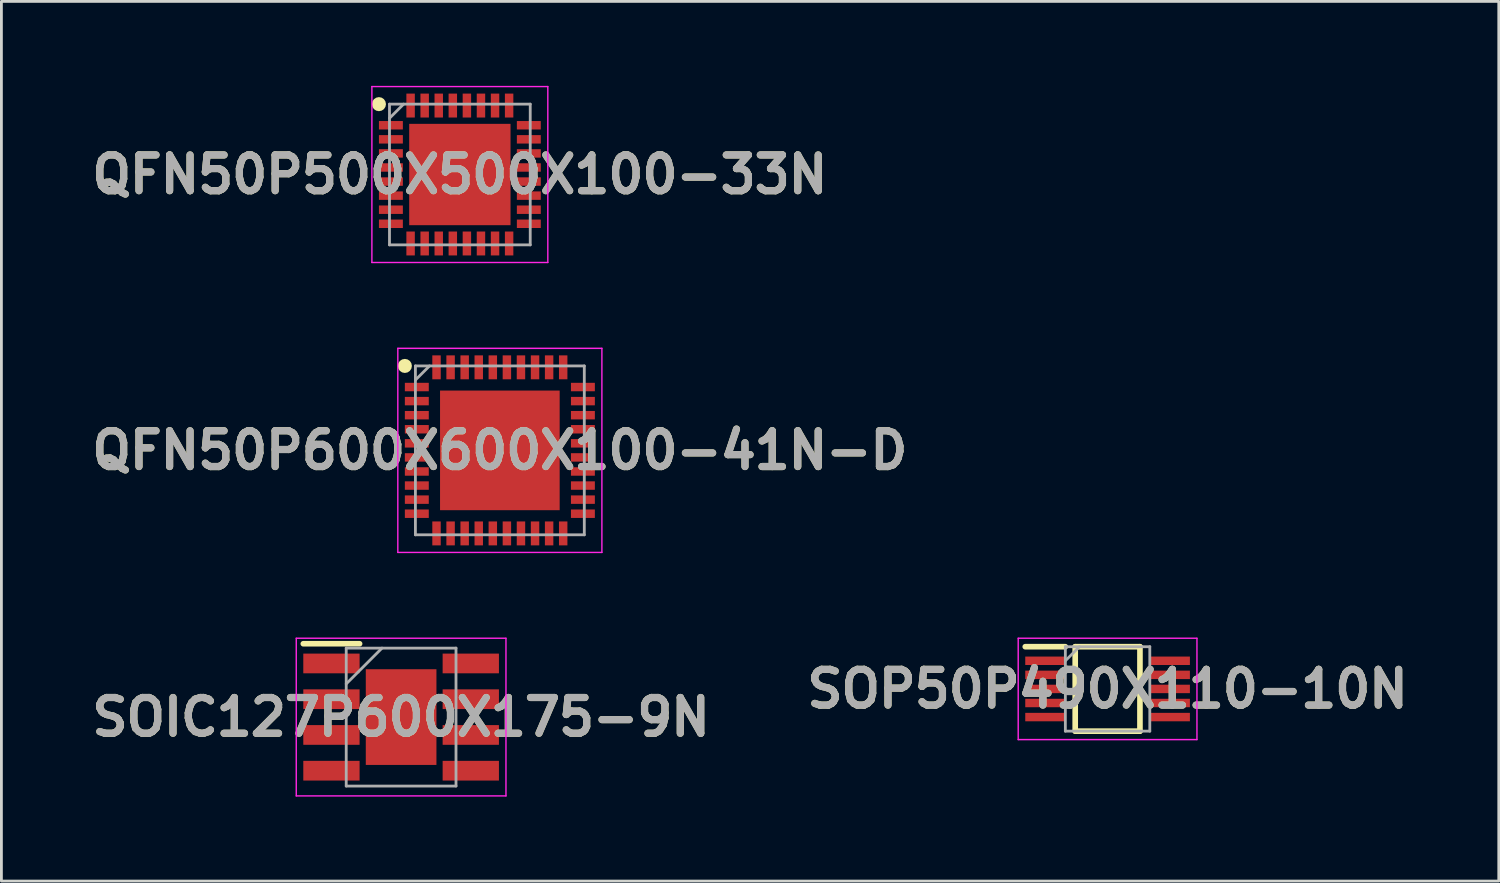
<source format=kicad_pcb>
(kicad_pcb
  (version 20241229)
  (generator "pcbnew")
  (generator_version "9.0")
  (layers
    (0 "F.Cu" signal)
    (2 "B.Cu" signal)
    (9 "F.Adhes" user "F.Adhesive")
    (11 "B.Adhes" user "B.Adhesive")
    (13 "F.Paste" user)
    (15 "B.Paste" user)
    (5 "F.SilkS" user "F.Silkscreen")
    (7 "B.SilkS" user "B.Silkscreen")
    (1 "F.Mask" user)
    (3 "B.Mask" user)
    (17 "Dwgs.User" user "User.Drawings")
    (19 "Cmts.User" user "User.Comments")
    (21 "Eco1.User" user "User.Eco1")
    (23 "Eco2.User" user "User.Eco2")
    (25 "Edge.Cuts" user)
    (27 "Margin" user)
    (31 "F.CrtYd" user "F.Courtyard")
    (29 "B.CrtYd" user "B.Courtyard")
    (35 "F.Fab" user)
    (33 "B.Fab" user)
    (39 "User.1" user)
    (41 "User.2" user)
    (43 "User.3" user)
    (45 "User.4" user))
  (footprint "SOIC127P600X175-9N"
    (layer "F.Cu")
    (at 11.2 22.425)
    (property "Reference" "SOIC127P600X175-9N" (at 0 0 0) (layer "F.SilkS") (effects (font (size 1.27 1.27) (thickness 0.254))))
    (attr smd)
    (fp_line (start -3.475 -2.605) (end -1.475 -2.605) (stroke (width 0.2) (type solid)) (layer "F.SilkS"))
    (fp_line (start -3.725 -2.8) (end 3.725 -2.8) (stroke (width 0.05) (type solid)) (layer "F.CrtYd"))
    (fp_line (start -3.725 2.8) (end -3.725 -2.8) (stroke (width 0.05) (type solid)) (layer "F.CrtYd"))
    (fp_line (start 3.725 -2.8) (end 3.725 2.8) (stroke (width 0.05) (type solid)) (layer "F.CrtYd"))
    (fp_line (start 3.725 2.8) (end -3.725 2.8) (stroke (width 0.05) (type solid)) (layer "F.CrtYd"))
    (fp_line (start -1.95 -2.45) (end 1.95 -2.45) (stroke (width 0.1) (type solid)) (layer "F.Fab"))
    (fp_line (start -1.95 -1.18) (end -0.68 -2.45) (stroke (width 0.1) (type solid)) (layer "F.Fab"))
    (fp_line (start -1.95 2.45) (end -1.95 -2.45) (stroke (width 0.1) (type solid)) (layer "F.Fab"))
    (fp_line (start 1.95 -2.45) (end 1.95 2.45) (stroke (width 0.1) (type solid)) (layer "F.Fab"))
    (fp_line (start 1.95 2.45) (end -1.95 2.45) (stroke (width 0.1) (type solid)) (layer "F.Fab"))
    (fp_text user "${REFERENCE}" (at 0 0 0) (layer "F.Fab") (effects (font (size 1.27 1.27) (thickness 0.254))))
    (pad "1" smd rect (at -2.475 -1.905 90) (size 0.7 2) (layers "F.Cu" "F.Mask" "F.Paste"))
    (pad "2" smd rect (at -2.475 -0.635 90) (size 0.7 2) (layers "F.Cu" "F.Mask" "F.Paste"))
    (pad "3" smd rect (at -2.475 0.635 90) (size 0.7 2) (layers "F.Cu" "F.Mask" "F.Paste"))
    (pad "4" smd rect (at -2.475 1.905 90) (size 0.7 2) (layers "F.Cu" "F.Mask" "F.Paste"))
    (pad "5" smd rect (at 2.475 1.905 90) (size 0.7 2) (layers "F.Cu" "F.Mask" "F.Paste"))
    (pad "6" smd rect (at 2.475 0.635 90) (size 0.7 2) (layers "F.Cu" "F.Mask" "F.Paste"))
    (pad "7" smd rect (at 2.475 -0.635 90) (size 0.7 2) (layers "F.Cu" "F.Mask" "F.Paste"))
    (pad "8" smd rect (at 2.475 -1.905 90) (size 0.7 2) (layers "F.Cu" "F.Mask" "F.Paste"))
    (pad "9" smd rect (at 0 0) (size 2.51 3.4) (layers "F.Cu" "F.Mask" "F.Paste")))
  (footprint "QFN50P600X600X100-41N-D"
    (layer "F.Cu")
    (at 14.708 12.95)
    (property "Reference" "QFN50P600X600X100-41N-D" (at 0 0 0) (layer "F.SilkS") (effects (font (size 1.27 1.27) (thickness 0.254))))
    (attr smd)
    (fp_circle (center -3.375 -3) (end -3.375 -2.875) (stroke (width 0.25) (type solid)) (fill no) (layer "F.SilkS"))
    (fp_line (start -3.625 -3.625) (end 3.625 -3.625) (stroke (width 0.05) (type solid)) (layer "F.CrtYd"))
    (fp_line (start -3.625 3.625) (end -3.625 -3.625) (stroke (width 0.05) (type solid)) (layer "F.CrtYd"))
    (fp_line (start 3.625 -3.625) (end 3.625 3.625) (stroke (width 0.05) (type solid)) (layer "F.CrtYd"))
    (fp_line (start 3.625 3.625) (end -3.625 3.625) (stroke (width 0.05) (type solid)) (layer "F.CrtYd"))
    (fp_line (start -3 -3) (end 3 -3) (stroke (width 0.1) (type solid)) (layer "F.Fab"))
    (fp_line (start -3 -2.5) (end -2.5 -3) (stroke (width 0.1) (type solid)) (layer "F.Fab"))
    (fp_line (start -3 3) (end -3 -3) (stroke (width 0.1) (type solid)) (layer "F.Fab"))
    (fp_line (start 3 -3) (end 3 3) (stroke (width 0.1) (type solid)) (layer "F.Fab"))
    (fp_line (start 3 3) (end -3 3) (stroke (width 0.1) (type solid)) (layer "F.Fab"))
    (fp_text user "${REFERENCE}" (at 0 0 0) (layer "F.Fab") (effects (font (size 1.27 1.27) (thickness 0.254))))
    (pad "1" smd rect (at -2.95 -2.25 90) (size 0.3 0.85) (layers "F.Cu" "F.Mask" "F.Paste"))
    (pad "2" smd rect (at -2.95 -1.75 90) (size 0.3 0.85) (layers "F.Cu" "F.Mask" "F.Paste"))
    (pad "3" smd rect (at -2.95 -1.25 90) (size 0.3 0.85) (layers "F.Cu" "F.Mask" "F.Paste"))
    (pad "4" smd rect (at -2.95 -0.75 90) (size 0.3 0.85) (layers "F.Cu" "F.Mask" "F.Paste"))
    (pad "5" smd rect (at -2.95 -0.25 90) (size 0.3 0.85) (layers "F.Cu" "F.Mask" "F.Paste"))
    (pad "6" smd rect (at -2.95 0.25 90) (size 0.3 0.85) (layers "F.Cu" "F.Mask" "F.Paste"))
    (pad "7" smd rect (at -2.95 0.75 90) (size 0.3 0.85) (layers "F.Cu" "F.Mask" "F.Paste"))
    (pad "8" smd rect (at -2.95 1.25 90) (size 0.3 0.85) (layers "F.Cu" "F.Mask" "F.Paste"))
    (pad "9" smd rect (at -2.95 1.75 90) (size 0.3 0.85) (layers "F.Cu" "F.Mask" "F.Paste"))
    (pad "10" smd rect (at -2.95 2.25 90) (size 0.3 0.85) (layers "F.Cu" "F.Mask" "F.Paste"))
    (pad "11" smd rect (at -2.25 2.95) (size 0.3 0.85) (layers "F.Cu" "F.Mask" "F.Paste"))
    (pad "12" smd rect (at -1.75 2.95) (size 0.3 0.85) (layers "F.Cu" "F.Mask" "F.Paste"))
    (pad "13" smd rect (at -1.25 2.95) (size 0.3 0.85) (layers "F.Cu" "F.Mask" "F.Paste"))
    (pad "14" smd rect (at -0.75 2.95) (size 0.3 0.85) (layers "F.Cu" "F.Mask" "F.Paste"))
    (pad "15" smd rect (at -0.25 2.95) (size 0.3 0.85) (layers "F.Cu" "F.Mask" "F.Paste"))
    (pad "16" smd rect (at 0.25 2.95) (size 0.3 0.85) (layers "F.Cu" "F.Mask" "F.Paste"))
    (pad "17" smd rect (at 0.75 2.95) (size 0.3 0.85) (layers "F.Cu" "F.Mask" "F.Paste"))
    (pad "18" smd rect (at 1.25 2.95) (size 0.3 0.85) (layers "F.Cu" "F.Mask" "F.Paste"))
    (pad "19" smd rect (at 1.75 2.95) (size 0.3 0.85) (layers "F.Cu" "F.Mask" "F.Paste"))
    (pad "20" smd rect (at 2.25 2.95) (size 0.3 0.85) (layers "F.Cu" "F.Mask" "F.Paste"))
    (pad "21" smd rect (at 2.95 2.25 90) (size 0.3 0.85) (layers "F.Cu" "F.Mask" "F.Paste"))
    (pad "22" smd rect (at 2.95 1.75 90) (size 0.3 0.85) (layers "F.Cu" "F.Mask" "F.Paste"))
    (pad "23" smd rect (at 2.95 1.25 90) (size 0.3 0.85) (layers "F.Cu" "F.Mask" "F.Paste"))
    (pad "24" smd rect (at 2.95 0.75 90) (size 0.3 0.85) (layers "F.Cu" "F.Mask" "F.Paste"))
    (pad "25" smd rect (at 2.95 0.25 90) (size 0.3 0.85) (layers "F.Cu" "F.Mask" "F.Paste"))
    (pad "26" smd rect (at 2.95 -0.25 90) (size 0.3 0.85) (layers "F.Cu" "F.Mask" "F.Paste"))
    (pad "27" smd rect (at 2.95 -0.75 90) (size 0.3 0.85) (layers "F.Cu" "F.Mask" "F.Paste"))
    (pad "28" smd rect (at 2.95 -1.25 90) (size 0.3 0.85) (layers "F.Cu" "F.Mask" "F.Paste"))
    (pad "29" smd rect (at 2.95 -1.75 90) (size 0.3 0.85) (layers "F.Cu" "F.Mask" "F.Paste"))
    (pad "30" smd rect (at 2.95 -2.25 90) (size 0.3 0.85) (layers "F.Cu" "F.Mask" "F.Paste"))
    (pad "31" smd rect (at 2.25 -2.95) (size 0.3 0.85) (layers "F.Cu" "F.Mask" "F.Paste"))
    (pad "32" smd rect (at 1.75 -2.95) (size 0.3 0.85) (layers "F.Cu" "F.Mask" "F.Paste"))
    (pad "33" smd rect (at 1.25 -2.95) (size 0.3 0.85) (layers "F.Cu" "F.Mask" "F.Paste"))
    (pad "34" smd rect (at 0.75 -2.95) (size 0.3 0.85) (layers "F.Cu" "F.Mask" "F.Paste"))
    (pad "35" smd rect (at 0.25 -2.95) (size 0.3 0.85) (layers "F.Cu" "F.Mask" "F.Paste"))
    (pad "36" smd rect (at -0.25 -2.95) (size 0.3 0.85) (layers "F.Cu" "F.Mask" "F.Paste"))
    (pad "37" smd rect (at -0.75 -2.95) (size 0.3 0.85) (layers "F.Cu" "F.Mask" "F.Paste"))
    (pad "38" smd rect (at -1.25 -2.95) (size 0.3 0.85) (layers "F.Cu" "F.Mask" "F.Paste"))
    (pad "39" smd rect (at -1.75 -2.95) (size 0.3 0.85) (layers "F.Cu" "F.Mask" "F.Paste"))
    (pad "40" smd rect (at -2.25 -2.95) (size 0.3 0.85) (layers "F.Cu" "F.Mask" "F.Paste"))
    (pad "41" smd rect (at 0 0) (size 4.25 4.25) (layers "F.Cu" "F.Mask" "F.Paste")))
  (footprint "QFN50P500X500X100-33N"
    (layer "F.Cu")
    (at 13.287 3.15)
    (property "Reference" "QFN50P500X500X100-33N" (at 0 0 0) (layer "F.SilkS") (effects (font (size 1.27 1.27) (thickness 0.254))))
    (attr smd)
    (fp_circle (center -2.875 -2.5) (end -2.875 -2.375) (stroke (width 0.25) (type solid)) (fill no) (layer "F.SilkS"))
    (fp_line (start -3.125 -3.125) (end 3.125 -3.125) (stroke (width 0.05) (type solid)) (layer "F.CrtYd"))
    (fp_line (start -3.125 3.125) (end -3.125 -3.125) (stroke (width 0.05) (type solid)) (layer "F.CrtYd"))
    (fp_line (start 3.125 -3.125) (end 3.125 3.125) (stroke (width 0.05) (type solid)) (layer "F.CrtYd"))
    (fp_line (start 3.125 3.125) (end -3.125 3.125) (stroke (width 0.05) (type solid)) (layer "F.CrtYd"))
    (fp_line (start -2.5 -2.5) (end 2.5 -2.5) (stroke (width 0.1) (type solid)) (layer "F.Fab"))
    (fp_line (start -2.5 -2) (end -2 -2.5) (stroke (width 0.1) (type solid)) (layer "F.Fab"))
    (fp_line (start -2.5 2.5) (end -2.5 -2.5) (stroke (width 0.1) (type solid)) (layer "F.Fab"))
    (fp_line (start 2.5 -2.5) (end 2.5 2.5) (stroke (width 0.1) (type solid)) (layer "F.Fab"))
    (fp_line (start 2.5 2.5) (end -2.5 2.5) (stroke (width 0.1) (type solid)) (layer "F.Fab"))
    (fp_text user "${REFERENCE}" (at 0 0 0) (layer "F.Fab") (effects (font (size 1.27 1.27) (thickness 0.254))))
    (pad "1" smd rect (at -2.45 -1.75 90) (size 0.3 0.85) (layers "F.Cu" "F.Mask" "F.Paste"))
    (pad "2" smd rect (at -2.45 -1.25 90) (size 0.3 0.85) (layers "F.Cu" "F.Mask" "F.Paste"))
    (pad "3" smd rect (at -2.45 -0.75 90) (size 0.3 0.85) (layers "F.Cu" "F.Mask" "F.Paste"))
    (pad "4" smd rect (at -2.45 -0.25 90) (size 0.3 0.85) (layers "F.Cu" "F.Mask" "F.Paste"))
    (pad "5" smd rect (at -2.45 0.25 90) (size 0.3 0.85) (layers "F.Cu" "F.Mask" "F.Paste"))
    (pad "6" smd rect (at -2.45 0.75 90) (size 0.3 0.85) (layers "F.Cu" "F.Mask" "F.Paste"))
    (pad "7" smd rect (at -2.45 1.25 90) (size 0.3 0.85) (layers "F.Cu" "F.Mask" "F.Paste"))
    (pad "8" smd rect (at -2.45 1.75 90) (size 0.3 0.85) (layers "F.Cu" "F.Mask" "F.Paste"))
    (pad "9" smd rect (at -1.75 2.45) (size 0.3 0.85) (layers "F.Cu" "F.Mask" "F.Paste"))
    (pad "10" smd rect (at -1.25 2.45) (size 0.3 0.85) (layers "F.Cu" "F.Mask" "F.Paste"))
    (pad "11" smd rect (at -0.75 2.45) (size 0.3 0.85) (layers "F.Cu" "F.Mask" "F.Paste"))
    (pad "12" smd rect (at -0.25 2.45) (size 0.3 0.85) (layers "F.Cu" "F.Mask" "F.Paste"))
    (pad "13" smd rect (at 0.25 2.45) (size 0.3 0.85) (layers "F.Cu" "F.Mask" "F.Paste"))
    (pad "14" smd rect (at 0.75 2.45) (size 0.3 0.85) (layers "F.Cu" "F.Mask" "F.Paste"))
    (pad "15" smd rect (at 1.25 2.45) (size 0.3 0.85) (layers "F.Cu" "F.Mask" "F.Paste"))
    (pad "16" smd rect (at 1.75 2.45) (size 0.3 0.85) (layers "F.Cu" "F.Mask" "F.Paste"))
    (pad "17" smd rect (at 2.45 1.75 90) (size 0.3 0.85) (layers "F.Cu" "F.Mask" "F.Paste"))
    (pad "18" smd rect (at 2.45 1.25 90) (size 0.3 0.85) (layers "F.Cu" "F.Mask" "F.Paste"))
    (pad "19" smd rect (at 2.45 0.75 90) (size 0.3 0.85) (layers "F.Cu" "F.Mask" "F.Paste"))
    (pad "20" smd rect (at 2.45 0.25 90) (size 0.3 0.85) (layers "F.Cu" "F.Mask" "F.Paste"))
    (pad "21" smd rect (at 2.45 -0.25 90) (size 0.3 0.85) (layers "F.Cu" "F.Mask" "F.Paste"))
    (pad "22" smd rect (at 2.45 -0.75 90) (size 0.3 0.85) (layers "F.Cu" "F.Mask" "F.Paste"))
    (pad "23" smd rect (at 2.45 -1.25 90) (size 0.3 0.85) (layers "F.Cu" "F.Mask" "F.Paste"))
    (pad "24" smd rect (at 2.45 -1.75 90) (size 0.3 0.85) (layers "F.Cu" "F.Mask" "F.Paste"))
    (pad "25" smd rect (at 1.75 -2.45) (size 0.3 0.85) (layers "F.Cu" "F.Mask" "F.Paste"))
    (pad "26" smd rect (at 1.25 -2.45) (size 0.3 0.85) (layers "F.Cu" "F.Mask" "F.Paste"))
    (pad "27" smd rect (at 0.75 -2.45) (size 0.3 0.85) (layers "F.Cu" "F.Mask" "F.Paste"))
    (pad "28" smd rect (at 0.25 -2.45) (size 0.3 0.85) (layers "F.Cu" "F.Mask" "F.Paste"))
    (pad "29" smd rect (at -0.25 -2.45) (size 0.3 0.85) (layers "F.Cu" "F.Mask" "F.Paste"))
    (pad "30" smd rect (at -0.75 -2.45) (size 0.3 0.85) (layers "F.Cu" "F.Mask" "F.Paste"))
    (pad "31" smd rect (at -1.25 -2.45) (size 0.3 0.85) (layers "F.Cu" "F.Mask" "F.Paste"))
    (pad "32" smd rect (at -1.75 -2.45) (size 0.3 0.85) (layers "F.Cu" "F.Mask" "F.Paste"))
    (pad "33" smd rect (at 0 0) (size 3.6 3.6) (layers "F.Cu" "F.Mask" "F.Paste")))
  (footprint "SOP50P490X110-10N"
    (layer "F.Cu")
    (at 36.298 21.425)
    (property "Reference" "SOP50P490X110-10N" (at 0 0 0) (layer "F.SilkS") (effects (font (size 1.27 1.27) (thickness 0.254))))
    (attr smd)
    (fp_line (start -2.925 -1.5) (end -1.5 -1.5) (stroke (width 0.2) (type solid)) (layer "F.SilkS"))
    (fp_line (start -1.15 -1.5) (end 1.15 -1.5) (stroke (width 0.2) (type solid)) (layer "F.SilkS"))
    (fp_line (start -1.15 1.5) (end -1.15 -1.5) (stroke (width 0.2) (type solid)) (layer "F.SilkS"))
    (fp_line (start 1.15 -1.5) (end 1.15 1.5) (stroke (width 0.2) (type solid)) (layer "F.SilkS"))
    (fp_line (start 1.15 1.5) (end -1.15 1.5) (stroke (width 0.2) (type solid)) (layer "F.SilkS"))
    (fp_line (start -3.175 -1.8) (end 3.175 -1.8) (stroke (width 0.05) (type solid)) (layer "F.CrtYd"))
    (fp_line (start -3.175 1.8) (end -3.175 -1.8) (stroke (width 0.05) (type solid)) (layer "F.CrtYd"))
    (fp_line (start 3.175 -1.8) (end 3.175 1.8) (stroke (width 0.05) (type solid)) (layer "F.CrtYd"))
    (fp_line (start 3.175 1.8) (end -3.175 1.8) (stroke (width 0.05) (type solid)) (layer "F.CrtYd"))
    (fp_line (start -1.5 -1.5) (end 1.5 -1.5) (stroke (width 0.1) (type solid)) (layer "F.Fab"))
    (fp_line (start -1.5 -1) (end -1 -1.5) (stroke (width 0.1) (type solid)) (layer "F.Fab"))
    (fp_line (start -1.5 1.5) (end -1.5 -1.5) (stroke (width 0.1) (type solid)) (layer "F.Fab"))
    (fp_line (start 1.5 -1.5) (end 1.5 1.5) (stroke (width 0.1) (type solid)) (layer "F.Fab"))
    (fp_line (start 1.5 1.5) (end -1.5 1.5) (stroke (width 0.1) (type solid)) (layer "F.Fab"))
    (fp_text user "${REFERENCE}" (at 0 0 0) (layer "F.Fab") (effects (font (size 1.27 1.27) (thickness 0.254))))
    (pad "1" smd rect (at -2.212 -1 90) (size 0.3 1.425) (layers "F.Cu" "F.Mask" "F.Paste"))
    (pad "2" smd rect (at -2.212 -0.5 90) (size 0.3 1.425) (layers "F.Cu" "F.Mask" "F.Paste"))
    (pad "3" smd rect (at -2.212 0 90) (size 0.3 1.425) (layers "F.Cu" "F.Mask" "F.Paste"))
    (pad "4" smd rect (at -2.212 0.5 90) (size 0.3 1.425) (layers "F.Cu" "F.Mask" "F.Paste"))
    (pad "5" smd rect (at -2.212 1 90) (size 0.3 1.425) (layers "F.Cu" "F.Mask" "F.Paste"))
    (pad "6" smd rect (at 2.212 1 90) (size 0.3 1.425) (layers "F.Cu" "F.Mask" "F.Paste"))
    (pad "7" smd rect (at 2.212 0.5 90) (size 0.3 1.425) (layers "F.Cu" "F.Mask" "F.Paste"))
    (pad "8" smd rect (at 2.212 0 90) (size 0.3 1.425) (layers "F.Cu" "F.Mask" "F.Paste"))
    (pad "9" smd rect (at 2.212 -0.5 90) (size 0.3 1.425) (layers "F.Cu" "F.Mask" "F.Paste"))
    (pad "10" smd rect (at 2.212 -1 90) (size 0.3 1.425) (layers "F.Cu" "F.Mask" "F.Paste")))
  (gr_rect
    (start -3 -3)
    (end 50.196 28.25)
    (stroke (width 0.1) (type default))
    (fill no)
    (layer "Edge.Cuts")))
</source>
